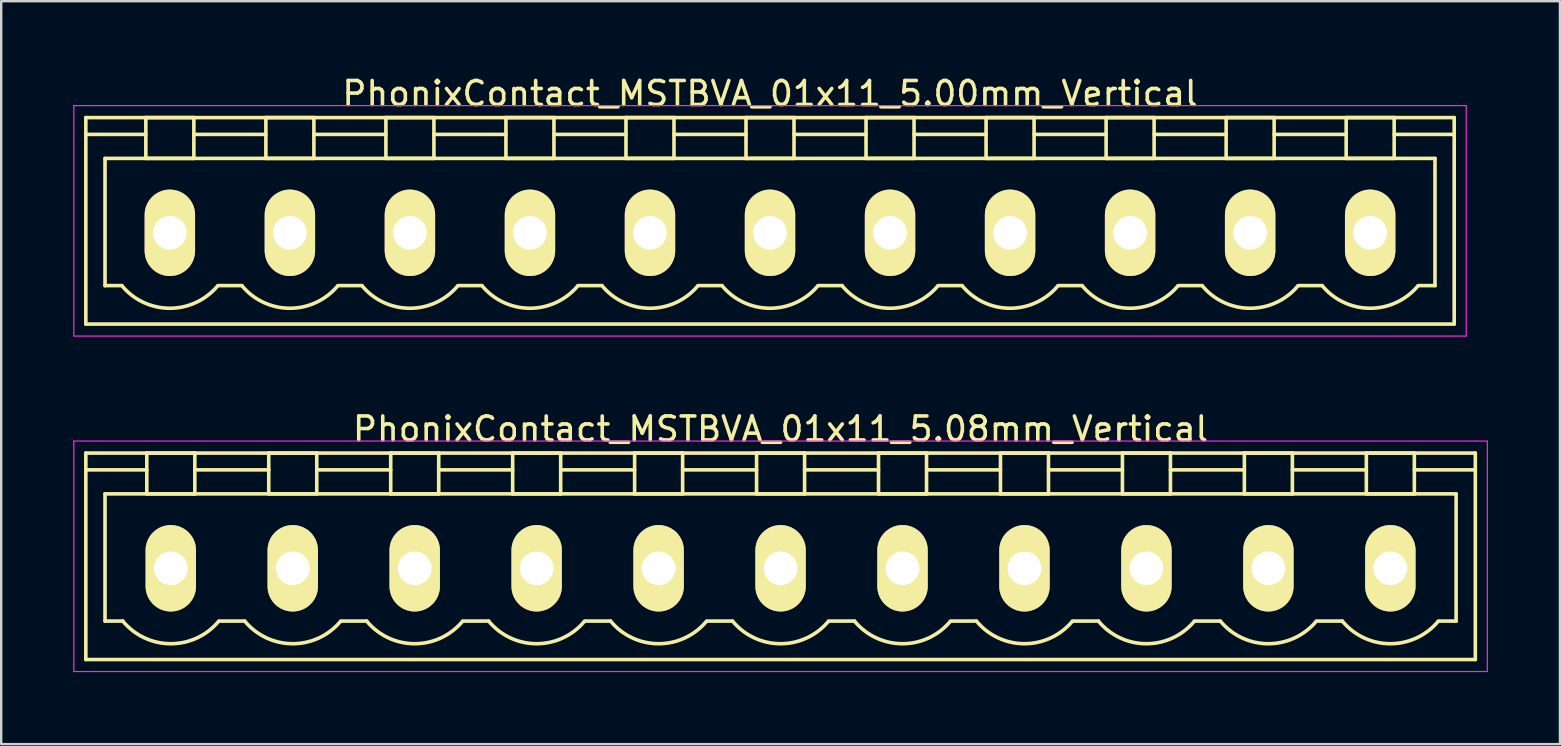
<source format=kicad_pcb>
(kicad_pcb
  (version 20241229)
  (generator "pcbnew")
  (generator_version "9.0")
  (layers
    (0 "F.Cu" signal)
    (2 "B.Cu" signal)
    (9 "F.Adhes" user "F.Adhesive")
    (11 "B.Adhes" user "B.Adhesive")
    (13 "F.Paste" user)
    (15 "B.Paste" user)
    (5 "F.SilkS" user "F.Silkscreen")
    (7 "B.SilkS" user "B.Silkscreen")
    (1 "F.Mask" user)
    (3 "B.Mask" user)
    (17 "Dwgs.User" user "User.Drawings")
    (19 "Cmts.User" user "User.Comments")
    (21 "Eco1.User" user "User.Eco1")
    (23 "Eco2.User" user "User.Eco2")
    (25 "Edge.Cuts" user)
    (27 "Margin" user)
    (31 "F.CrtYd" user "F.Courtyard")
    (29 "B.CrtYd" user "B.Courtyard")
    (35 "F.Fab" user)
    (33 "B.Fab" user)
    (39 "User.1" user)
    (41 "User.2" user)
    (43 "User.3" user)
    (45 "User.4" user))
  (footprint "PhonixContact_MSTBVA_01x11_5.08mm_Vertical"
    (layer "F.Cu")
    (at 4.065 20.622)
    (property "Reference" "PhonixContact_MSTBVA_01x11_5.08mm_Vertical" (at 25.4 -5.8 0) (layer "F.SilkS") (effects (font (size 1 1) (thickness 0.15))))
    (attr through_hole)
    (fp_line (start -3.54 -4.8) (end -3.54 3.8) (stroke (width 0.15) (type solid)) (layer "F.SilkS"))
    (fp_line (start -3.54 -4.1) (end -1 -4.1) (stroke (width 0.15) (type solid)) (layer "F.SilkS"))
    (fp_line (start -3.54 3.8) (end 54.34 3.8) (stroke (width 0.15) (type solid)) (layer "F.SilkS"))
    (fp_line (start -2.74 -3.1) (end 53.54 -3.1) (stroke (width 0.15) (type solid)) (layer "F.SilkS"))
    (fp_line (start -2.74 2.2) (end -2.74 -3.1) (stroke (width 0.15) (type solid)) (layer "F.SilkS"))
    (fp_line (start -2 2.2) (end -2.74 2.2) (stroke (width 0.15) (type solid)) (layer "F.SilkS"))
    (fp_line (start -1 -4.8) (end 1 -4.8) (stroke (width 0.15) (type solid)) (layer "F.SilkS"))
    (fp_line (start -1 -3.1) (end -1 -4.8) (stroke (width 0.15) (type solid)) (layer "F.SilkS"))
    (fp_line (start 1 -4.8) (end 1 -3.1) (stroke (width 0.15) (type solid)) (layer "F.SilkS"))
    (fp_line (start 1 -4.1) (end 4.08 -4.1) (stroke (width 0.15) (type solid)) (layer "F.SilkS"))
    (fp_line (start 1 -3.1) (end -1 -3.1) (stroke (width 0.15) (type solid)) (layer "F.SilkS"))
    (fp_line (start 2 2.2) (end 3.08 2.2) (stroke (width 0.15) (type solid)) (layer "F.SilkS"))
    (fp_line (start 4.08 -4.8) (end 6.08 -4.8) (stroke (width 0.15) (type solid)) (layer "F.SilkS"))
    (fp_line (start 4.08 -3.1) (end 4.08 -4.8) (stroke (width 0.15) (type solid)) (layer "F.SilkS"))
    (fp_line (start 6.08 -4.8) (end 6.08 -3.1) (stroke (width 0.15) (type solid)) (layer "F.SilkS"))
    (fp_line (start 6.08 -4.1) (end 9.16 -4.1) (stroke (width 0.15) (type solid)) (layer "F.SilkS"))
    (fp_line (start 6.08 -3.1) (end 4.08 -3.1) (stroke (width 0.15) (type solid)) (layer "F.SilkS"))
    (fp_line (start 7.08 2.2) (end 8.16 2.2) (stroke (width 0.15) (type solid)) (layer "F.SilkS"))
    (fp_line (start 9.16 -4.8) (end 11.16 -4.8) (stroke (width 0.15) (type solid)) (layer "F.SilkS"))
    (fp_line (start 9.16 -3.1) (end 9.16 -4.8) (stroke (width 0.15) (type solid)) (layer "F.SilkS"))
    (fp_line (start 11.16 -4.8) (end 11.16 -3.1) (stroke (width 0.15) (type solid)) (layer "F.SilkS"))
    (fp_line (start 11.16 -4.1) (end 14.24 -4.1) (stroke (width 0.15) (type solid)) (layer "F.SilkS"))
    (fp_line (start 11.16 -3.1) (end 9.16 -3.1) (stroke (width 0.15) (type solid)) (layer "F.SilkS"))
    (fp_line (start 12.16 2.2) (end 13.24 2.2) (stroke (width 0.15) (type solid)) (layer "F.SilkS"))
    (fp_line (start 14.24 -4.8) (end 16.24 -4.8) (stroke (width 0.15) (type solid)) (layer "F.SilkS"))
    (fp_line (start 14.24 -3.1) (end 14.24 -4.8) (stroke (width 0.15) (type solid)) (layer "F.SilkS"))
    (fp_line (start 16.24 -4.8) (end 16.24 -3.1) (stroke (width 0.15) (type solid)) (layer "F.SilkS"))
    (fp_line (start 16.24 -4.1) (end 19.32 -4.1) (stroke (width 0.15) (type solid)) (layer "F.SilkS"))
    (fp_line (start 16.24 -3.1) (end 14.24 -3.1) (stroke (width 0.15) (type solid)) (layer "F.SilkS"))
    (fp_line (start 17.24 2.2) (end 18.32 2.2) (stroke (width 0.15) (type solid)) (layer "F.SilkS"))
    (fp_line (start 19.32 -4.8) (end 21.32 -4.8) (stroke (width 0.15) (type solid)) (layer "F.SilkS"))
    (fp_line (start 19.32 -3.1) (end 19.32 -4.8) (stroke (width 0.15) (type solid)) (layer "F.SilkS"))
    (fp_line (start 21.32 -4.8) (end 21.32 -3.1) (stroke (width 0.15) (type solid)) (layer "F.SilkS"))
    (fp_line (start 21.32 -4.1) (end 24.4 -4.1) (stroke (width 0.15) (type solid)) (layer "F.SilkS"))
    (fp_line (start 21.32 -3.1) (end 19.32 -3.1) (stroke (width 0.15) (type solid)) (layer "F.SilkS"))
    (fp_line (start 22.32 2.2) (end 23.4 2.2) (stroke (width 0.15) (type solid)) (layer "F.SilkS"))
    (fp_line (start 24.4 -4.8) (end 26.4 -4.8) (stroke (width 0.15) (type solid)) (layer "F.SilkS"))
    (fp_line (start 24.4 -3.1) (end 24.4 -4.8) (stroke (width 0.15) (type solid)) (layer "F.SilkS"))
    (fp_line (start 26.4 -4.8) (end 26.4 -3.1) (stroke (width 0.15) (type solid)) (layer "F.SilkS"))
    (fp_line (start 26.4 -4.1) (end 29.48 -4.1) (stroke (width 0.15) (type solid)) (layer "F.SilkS"))
    (fp_line (start 26.4 -3.1) (end 24.4 -3.1) (stroke (width 0.15) (type solid)) (layer "F.SilkS"))
    (fp_line (start 27.4 2.2) (end 28.48 2.2) (stroke (width 0.15) (type solid)) (layer "F.SilkS"))
    (fp_line (start 29.48 -4.8) (end 31.48 -4.8) (stroke (width 0.15) (type solid)) (layer "F.SilkS"))
    (fp_line (start 29.48 -3.1) (end 29.48 -4.8) (stroke (width 0.15) (type solid)) (layer "F.SilkS"))
    (fp_line (start 31.48 -4.8) (end 31.48 -3.1) (stroke (width 0.15) (type solid)) (layer "F.SilkS"))
    (fp_line (start 31.48 -4.1) (end 34.56 -4.1) (stroke (width 0.15) (type solid)) (layer "F.SilkS"))
    (fp_line (start 31.48 -3.1) (end 29.48 -3.1) (stroke (width 0.15) (type solid)) (layer "F.SilkS"))
    (fp_line (start 32.48 2.2) (end 33.56 2.2) (stroke (width 0.15) (type solid)) (layer "F.SilkS"))
    (fp_line (start 34.56 -4.8) (end 36.56 -4.8) (stroke (width 0.15) (type solid)) (layer "F.SilkS"))
    (fp_line (start 34.56 -3.1) (end 34.56 -4.8) (stroke (width 0.15) (type solid)) (layer "F.SilkS"))
    (fp_line (start 36.56 -4.8) (end 36.56 -3.1) (stroke (width 0.15) (type solid)) (layer "F.SilkS"))
    (fp_line (start 36.56 -4.1) (end 39.64 -4.1) (stroke (width 0.15) (type solid)) (layer "F.SilkS"))
    (fp_line (start 36.56 -3.1) (end 34.56 -3.1) (stroke (width 0.15) (type solid)) (layer "F.SilkS"))
    (fp_line (start 37.56 2.2) (end 38.64 2.2) (stroke (width 0.15) (type solid)) (layer "F.SilkS"))
    (fp_line (start 39.64 -4.8) (end 41.64 -4.8) (stroke (width 0.15) (type solid)) (layer "F.SilkS"))
    (fp_line (start 39.64 -3.1) (end 39.64 -4.8) (stroke (width 0.15) (type solid)) (layer "F.SilkS"))
    (fp_line (start 41.64 -4.8) (end 41.64 -3.1) (stroke (width 0.15) (type solid)) (layer "F.SilkS"))
    (fp_line (start 41.64 -4.1) (end 44.72 -4.1) (stroke (width 0.15) (type solid)) (layer "F.SilkS"))
    (fp_line (start 41.64 -3.1) (end 39.64 -3.1) (stroke (width 0.15) (type solid)) (layer "F.SilkS"))
    (fp_line (start 42.64 2.2) (end 43.72 2.2) (stroke (width 0.15) (type solid)) (layer "F.SilkS"))
    (fp_line (start 44.72 -4.8) (end 46.72 -4.8) (stroke (width 0.15) (type solid)) (layer "F.SilkS"))
    (fp_line (start 44.72 -3.1) (end 44.72 -4.8) (stroke (width 0.15) (type solid)) (layer "F.SilkS"))
    (fp_line (start 46.72 -4.8) (end 46.72 -3.1) (stroke (width 0.15) (type solid)) (layer "F.SilkS"))
    (fp_line (start 46.72 -4.1) (end 49.8 -4.1) (stroke (width 0.15) (type solid)) (layer "F.SilkS"))
    (fp_line (start 46.72 -3.1) (end 44.72 -3.1) (stroke (width 0.15) (type solid)) (layer "F.SilkS"))
    (fp_line (start 47.72 2.2) (end 48.8 2.2) (stroke (width 0.15) (type solid)) (layer "F.SilkS"))
    (fp_line (start 49.8 -4.8) (end 51.8 -4.8) (stroke (width 0.15) (type solid)) (layer "F.SilkS"))
    (fp_line (start 49.8 -3.1) (end 49.8 -4.8) (stroke (width 0.15) (type solid)) (layer "F.SilkS"))
    (fp_line (start 51.8 -4.8) (end 51.8 -3.1) (stroke (width 0.15) (type solid)) (layer "F.SilkS"))
    (fp_line (start 51.8 -3.1) (end 49.8 -3.1) (stroke (width 0.15) (type solid)) (layer "F.SilkS"))
    (fp_line (start 53.54 -3.1) (end 53.54 2.2) (stroke (width 0.15) (type solid)) (layer "F.SilkS"))
    (fp_line (start 53.54 2.2) (end 52.8 2.2) (stroke (width 0.15) (type solid)) (layer "F.SilkS"))
    (fp_line (start 54.34 -4.8) (end -3.54 -4.8) (stroke (width 0.15) (type solid)) (layer "F.SilkS"))
    (fp_line (start 54.34 -4.1) (end 51.8 -4.1) (stroke (width 0.15) (type solid)) (layer "F.SilkS"))
    (fp_line (start 54.34 3.8) (end 54.34 -4.8) (stroke (width 0.15) (type solid)) (layer "F.SilkS"))
    (fp_arc (start 1.986842 2.215821) (mid -0.010289 3.142758) (end -2 2.2) (stroke (width 0.15) (type solid)) (layer "F.SilkS"))
    (fp_arc (start 7.066842 2.215821) (mid 5.069711 3.142758) (end 3.08 2.2) (stroke (width 0.15) (type solid)) (layer "F.SilkS"))
    (fp_arc (start 12.146842 2.215821) (mid 10.149711 3.142758) (end 8.16 2.2) (stroke (width 0.15) (type solid)) (layer "F.SilkS"))
    (fp_arc (start 17.226842 2.215821) (mid 15.229711 3.142758) (end 13.24 2.2) (stroke (width 0.15) (type solid)) (layer "F.SilkS"))
    (fp_arc (start 22.306842 2.215821) (mid 20.309711 3.142758) (end 18.32 2.2) (stroke (width 0.15) (type solid)) (layer "F.SilkS"))
    (fp_arc (start 27.386842 2.215821) (mid 25.389711 3.142758) (end 23.4 2.2) (stroke (width 0.15) (type solid)) (layer "F.SilkS"))
    (fp_arc (start 32.466842 2.215821) (mid 30.469711 3.142758) (end 28.48 2.2) (stroke (width 0.15) (type solid)) (layer "F.SilkS"))
    (fp_arc (start 37.546842 2.215821) (mid 35.549711 3.142758) (end 33.56 2.2) (stroke (width 0.15) (type solid)) (layer "F.SilkS"))
    (fp_arc (start 42.626842 2.215821) (mid 40.629711 3.142758) (end 38.64 2.2) (stroke (width 0.15) (type solid)) (layer "F.SilkS"))
    (fp_arc (start 47.706842 2.215821) (mid 45.709711 3.142758) (end 43.72 2.2) (stroke (width 0.15) (type solid)) (layer "F.SilkS"))
    (fp_arc (start 52.786842 2.215821) (mid 50.789711 3.142758) (end 48.8 2.2) (stroke (width 0.15) (type solid)) (layer "F.SilkS"))
    (fp_line (start -4.04 -5.3) (end -4.04 4.3) (stroke (width 0.05) (type solid)) (layer "F.CrtYd"))
    (fp_line (start -4.04 4.3) (end 54.84 4.3) (stroke (width 0.05) (type solid)) (layer "F.CrtYd"))
    (fp_line (start 54.84 -5.3) (end -4.04 -5.3) (stroke (width 0.05) (type solid)) (layer "F.CrtYd"))
    (fp_line (start 54.84 4.3) (end 54.84 -5.3) (stroke (width 0.05) (type solid)) (layer "F.CrtYd"))
    (pad "1" thru_hole oval (at 0 0) (size 2.1 3.6) (drill 1.4) (layers "*.Cu" "*.Mask" "F.SilkS"))
    (pad "2" thru_hole oval (at 5.08 0) (size 2.1 3.6) (drill 1.4) (layers "*.Cu" "*.Mask" "F.SilkS"))
    (pad "3" thru_hole oval (at 10.16 0) (size 2.1 3.6) (drill 1.4) (layers "*.Cu" "*.Mask" "F.SilkS"))
    (pad "4" thru_hole oval (at 15.24 0) (size 2.1 3.6) (drill 1.4) (layers "*.Cu" "*.Mask" "F.SilkS"))
    (pad "5" thru_hole oval (at 20.32 0) (size 2.1 3.6) (drill 1.4) (layers "*.Cu" "*.Mask" "F.SilkS"))
    (pad "6" thru_hole oval (at 25.4 0) (size 2.1 3.6) (drill 1.4) (layers "*.Cu" "*.Mask" "F.SilkS"))
    (pad "7" thru_hole oval (at 30.48 0) (size 2.1 3.6) (drill 1.4) (layers "*.Cu" "*.Mask" "F.SilkS"))
    (pad "8" thru_hole oval (at 35.56 0) (size 2.1 3.6) (drill 1.4) (layers "*.Cu" "*.Mask" "F.SilkS"))
    (pad "9" thru_hole oval (at 40.64 0) (size 2.1 3.6) (drill 1.4) (layers "*.Cu" "*.Mask" "F.SilkS"))
    (pad "10" thru_hole oval (at 45.72 0) (size 2.1 3.6) (drill 1.4) (layers "*.Cu" "*.Mask" "F.SilkS"))
    (pad "11" thru_hole oval (at 50.8 0) (size 2.1 3.6) (drill 1.4) (layers "*.Cu" "*.Mask" "F.SilkS")))
  (footprint "PhonixContact_MSTBVA_01x11_5.00mm_Vertical"
    (layer "F.Cu")
    (at 4.025 6.648)
    (property "Reference" "PhonixContact_MSTBVA_01x11_5.00mm_Vertical" (at 25 -5.8 0) (layer "F.SilkS") (effects (font (size 1 1) (thickness 0.15))))
    (attr through_hole)
    (fp_line (start -3.5 -4.8) (end -3.5 3.8) (stroke (width 0.15) (type solid)) (layer "F.SilkS"))
    (fp_line (start -3.5 -4.1) (end -1 -4.1) (stroke (width 0.15) (type solid)) (layer "F.SilkS"))
    (fp_line (start -3.5 3.8) (end 53.5 3.8) (stroke (width 0.15) (type solid)) (layer "F.SilkS"))
    (fp_line (start -2.7 -3.1) (end 52.7 -3.1) (stroke (width 0.15) (type solid)) (layer "F.SilkS"))
    (fp_line (start -2.7 2.2) (end -2.7 -3.1) (stroke (width 0.15) (type solid)) (layer "F.SilkS"))
    (fp_line (start -2 2.2) (end -2.7 2.2) (stroke (width 0.15) (type solid)) (layer "F.SilkS"))
    (fp_line (start -1 -4.8) (end 1 -4.8) (stroke (width 0.15) (type solid)) (layer "F.SilkS"))
    (fp_line (start -1 -3.1) (end -1 -4.8) (stroke (width 0.15) (type solid)) (layer "F.SilkS"))
    (fp_line (start 1 -4.8) (end 1 -3.1) (stroke (width 0.15) (type solid)) (layer "F.SilkS"))
    (fp_line (start 1 -4.1) (end 4 -4.1) (stroke (width 0.15) (type solid)) (layer "F.SilkS"))
    (fp_line (start 1 -3.1) (end -1 -3.1) (stroke (width 0.15) (type solid)) (layer "F.SilkS"))
    (fp_line (start 2 2.2) (end 3 2.2) (stroke (width 0.15) (type solid)) (layer "F.SilkS"))
    (fp_line (start 4 -4.8) (end 6 -4.8) (stroke (width 0.15) (type solid)) (layer "F.SilkS"))
    (fp_line (start 4 -3.1) (end 4 -4.8) (stroke (width 0.15) (type solid)) (layer "F.SilkS"))
    (fp_line (start 6 -4.8) (end 6 -3.1) (stroke (width 0.15) (type solid)) (layer "F.SilkS"))
    (fp_line (start 6 -4.1) (end 9 -4.1) (stroke (width 0.15) (type solid)) (layer "F.SilkS"))
    (fp_line (start 6 -3.1) (end 4 -3.1) (stroke (width 0.15) (type solid)) (layer "F.SilkS"))
    (fp_line (start 7 2.2) (end 8 2.2) (stroke (width 0.15) (type solid)) (layer "F.SilkS"))
    (fp_line (start 9 -4.8) (end 11 -4.8) (stroke (width 0.15) (type solid)) (layer "F.SilkS"))
    (fp_line (start 9 -3.1) (end 9 -4.8) (stroke (width 0.15) (type solid)) (layer "F.SilkS"))
    (fp_line (start 11 -4.8) (end 11 -3.1) (stroke (width 0.15) (type solid)) (layer "F.SilkS"))
    (fp_line (start 11 -4.1) (end 14 -4.1) (stroke (width 0.15) (type solid)) (layer "F.SilkS"))
    (fp_line (start 11 -3.1) (end 9 -3.1) (stroke (width 0.15) (type solid)) (layer "F.SilkS"))
    (fp_line (start 12 2.2) (end 13 2.2) (stroke (width 0.15) (type solid)) (layer "F.SilkS"))
    (fp_line (start 14 -4.8) (end 16 -4.8) (stroke (width 0.15) (type solid)) (layer "F.SilkS"))
    (fp_line (start 14 -3.1) (end 14 -4.8) (stroke (width 0.15) (type solid)) (layer "F.SilkS"))
    (fp_line (start 16 -4.8) (end 16 -3.1) (stroke (width 0.15) (type solid)) (layer "F.SilkS"))
    (fp_line (start 16 -4.1) (end 19 -4.1) (stroke (width 0.15) (type solid)) (layer "F.SilkS"))
    (fp_line (start 16 -3.1) (end 14 -3.1) (stroke (width 0.15) (type solid)) (layer "F.SilkS"))
    (fp_line (start 17 2.2) (end 18 2.2) (stroke (width 0.15) (type solid)) (layer "F.SilkS"))
    (fp_line (start 19 -4.8) (end 21 -4.8) (stroke (width 0.15) (type solid)) (layer "F.SilkS"))
    (fp_line (start 19 -3.1) (end 19 -4.8) (stroke (width 0.15) (type solid)) (layer "F.SilkS"))
    (fp_line (start 21 -4.8) (end 21 -3.1) (stroke (width 0.15) (type solid)) (layer "F.SilkS"))
    (fp_line (start 21 -4.1) (end 24 -4.1) (stroke (width 0.15) (type solid)) (layer "F.SilkS"))
    (fp_line (start 21 -3.1) (end 19 -3.1) (stroke (width 0.15) (type solid)) (layer "F.SilkS"))
    (fp_line (start 22 2.2) (end 23 2.2) (stroke (width 0.15) (type solid)) (layer "F.SilkS"))
    (fp_line (start 24 -4.8) (end 26 -4.8) (stroke (width 0.15) (type solid)) (layer "F.SilkS"))
    (fp_line (start 24 -3.1) (end 24 -4.8) (stroke (width 0.15) (type solid)) (layer "F.SilkS"))
    (fp_line (start 26 -4.8) (end 26 -3.1) (stroke (width 0.15) (type solid)) (layer "F.SilkS"))
    (fp_line (start 26 -4.1) (end 29 -4.1) (stroke (width 0.15) (type solid)) (layer "F.SilkS"))
    (fp_line (start 26 -3.1) (end 24 -3.1) (stroke (width 0.15) (type solid)) (layer "F.SilkS"))
    (fp_line (start 27 2.2) (end 28 2.2) (stroke (width 0.15) (type solid)) (layer "F.SilkS"))
    (fp_line (start 29 -4.8) (end 31 -4.8) (stroke (width 0.15) (type solid)) (layer "F.SilkS"))
    (fp_line (start 29 -3.1) (end 29 -4.8) (stroke (width 0.15) (type solid)) (layer "F.SilkS"))
    (fp_line (start 31 -4.8) (end 31 -3.1) (stroke (width 0.15) (type solid)) (layer "F.SilkS"))
    (fp_line (start 31 -4.1) (end 34 -4.1) (stroke (width 0.15) (type solid)) (layer "F.SilkS"))
    (fp_line (start 31 -3.1) (end 29 -3.1) (stroke (width 0.15) (type solid)) (layer "F.SilkS"))
    (fp_line (start 32 2.2) (end 33 2.2) (stroke (width 0.15) (type solid)) (layer "F.SilkS"))
    (fp_line (start 34 -4.8) (end 36 -4.8) (stroke (width 0.15) (type solid)) (layer "F.SilkS"))
    (fp_line (start 34 -3.1) (end 34 -4.8) (stroke (width 0.15) (type solid)) (layer "F.SilkS"))
    (fp_line (start 36 -4.8) (end 36 -3.1) (stroke (width 0.15) (type solid)) (layer "F.SilkS"))
    (fp_line (start 36 -4.1) (end 39 -4.1) (stroke (width 0.15) (type solid)) (layer "F.SilkS"))
    (fp_line (start 36 -3.1) (end 34 -3.1) (stroke (width 0.15) (type solid)) (layer "F.SilkS"))
    (fp_line (start 37 2.2) (end 38 2.2) (stroke (width 0.15) (type solid)) (layer "F.SilkS"))
    (fp_line (start 39 -4.8) (end 41 -4.8) (stroke (width 0.15) (type solid)) (layer "F.SilkS"))
    (fp_line (start 39 -3.1) (end 39 -4.8) (stroke (width 0.15) (type solid)) (layer "F.SilkS"))
    (fp_line (start 41 -4.8) (end 41 -3.1) (stroke (width 0.15) (type solid)) (layer "F.SilkS"))
    (fp_line (start 41 -4.1) (end 44 -4.1) (stroke (width 0.15) (type solid)) (layer "F.SilkS"))
    (fp_line (start 41 -3.1) (end 39 -3.1) (stroke (width 0.15) (type solid)) (layer "F.SilkS"))
    (fp_line (start 42 2.2) (end 43 2.2) (stroke (width 0.15) (type solid)) (layer "F.SilkS"))
    (fp_line (start 44 -4.8) (end 46 -4.8) (stroke (width 0.15) (type solid)) (layer "F.SilkS"))
    (fp_line (start 44 -3.1) (end 44 -4.8) (stroke (width 0.15) (type solid)) (layer "F.SilkS"))
    (fp_line (start 46 -4.8) (end 46 -3.1) (stroke (width 0.15) (type solid)) (layer "F.SilkS"))
    (fp_line (start 46 -4.1) (end 49 -4.1) (stroke (width 0.15) (type solid)) (layer "F.SilkS"))
    (fp_line (start 46 -3.1) (end 44 -3.1) (stroke (width 0.15) (type solid)) (layer "F.SilkS"))
    (fp_line (start 47 2.2) (end 48 2.2) (stroke (width 0.15) (type solid)) (layer "F.SilkS"))
    (fp_line (start 49 -4.8) (end 51 -4.8) (stroke (width 0.15) (type solid)) (layer "F.SilkS"))
    (fp_line (start 49 -3.1) (end 49 -4.8) (stroke (width 0.15) (type solid)) (layer "F.SilkS"))
    (fp_line (start 51 -4.8) (end 51 -3.1) (stroke (width 0.15) (type solid)) (layer "F.SilkS"))
    (fp_line (start 51 -3.1) (end 49 -3.1) (stroke (width 0.15) (type solid)) (layer "F.SilkS"))
    (fp_line (start 52.7 -3.1) (end 52.7 2.2) (stroke (width 0.15) (type solid)) (layer "F.SilkS"))
    (fp_line (start 52.7 2.2) (end 52 2.2) (stroke (width 0.15) (type solid)) (layer "F.SilkS"))
    (fp_line (start 53.5 -4.8) (end -3.5 -4.8) (stroke (width 0.15) (type solid)) (layer "F.SilkS"))
    (fp_line (start 53.5 -4.1) (end 51 -4.1) (stroke (width 0.15) (type solid)) (layer "F.SilkS"))
    (fp_line (start 53.5 3.8) (end 53.5 -4.8) (stroke (width 0.15) (type solid)) (layer "F.SilkS"))
    (fp_arc (start 1.986842 2.215821) (mid -0.010289 3.142758) (end -2 2.2) (stroke (width 0.15) (type solid)) (layer "F.SilkS"))
    (fp_arc (start 6.986842 2.215821) (mid 4.989711 3.142758) (end 3 2.2) (stroke (width 0.15) (type solid)) (layer "F.SilkS"))
    (fp_arc (start 11.986842 2.215821) (mid 9.989711 3.142758) (end 8 2.2) (stroke (width 0.15) (type solid)) (layer "F.SilkS"))
    (fp_arc (start 16.986842 2.215821) (mid 14.989711 3.142758) (end 13 2.2) (stroke (width 0.15) (type solid)) (layer "F.SilkS"))
    (fp_arc (start 21.986842 2.215821) (mid 19.989711 3.142758) (end 18 2.2) (stroke (width 0.15) (type solid)) (layer "F.SilkS"))
    (fp_arc (start 26.986842 2.215821) (mid 24.989711 3.142758) (end 23 2.2) (stroke (width 0.15) (type solid)) (layer "F.SilkS"))
    (fp_arc (start 31.986842 2.215821) (mid 29.989711 3.142758) (end 28 2.2) (stroke (width 0.15) (type solid)) (layer "F.SilkS"))
    (fp_arc (start 36.986842 2.215821) (mid 34.989711 3.142758) (end 33 2.2) (stroke (width 0.15) (type solid)) (layer "F.SilkS"))
    (fp_arc (start 41.986842 2.215821) (mid 39.989711 3.142758) (end 38 2.2) (stroke (width 0.15) (type solid)) (layer "F.SilkS"))
    (fp_arc (start 46.986842 2.215821) (mid 44.989711 3.142758) (end 43 2.2) (stroke (width 0.15) (type solid)) (layer "F.SilkS"))
    (fp_arc (start 51.986842 2.215821) (mid 49.989711 3.142758) (end 48 2.2) (stroke (width 0.15) (type solid)) (layer "F.SilkS"))
    (fp_line (start -4 -5.3) (end -4 4.3) (stroke (width 0.05) (type solid)) (layer "F.CrtYd"))
    (fp_line (start -4 4.3) (end 54 4.3) (stroke (width 0.05) (type solid)) (layer "F.CrtYd"))
    (fp_line (start 54 -5.3) (end -4 -5.3) (stroke (width 0.05) (type solid)) (layer "F.CrtYd"))
    (fp_line (start 54 4.3) (end 54 -5.3) (stroke (width 0.05) (type solid)) (layer "F.CrtYd"))
    (pad "1" thru_hole oval (at 0 0) (size 2.1 3.6) (drill 1.4) (layers "*.Cu" "*.Mask" "F.SilkS"))
    (pad "2" thru_hole oval (at 5 0) (size 2.1 3.6) (drill 1.4) (layers "*.Cu" "*.Mask" "F.SilkS"))
    (pad "3" thru_hole oval (at 10 0) (size 2.1 3.6) (drill 1.4) (layers "*.Cu" "*.Mask" "F.SilkS"))
    (pad "4" thru_hole oval (at 15 0) (size 2.1 3.6) (drill 1.4) (layers "*.Cu" "*.Mask" "F.SilkS"))
    (pad "5" thru_hole oval (at 20 0) (size 2.1 3.6) (drill 1.4) (layers "*.Cu" "*.Mask" "F.SilkS"))
    (pad "6" thru_hole oval (at 25 0) (size 2.1 3.6) (drill 1.4) (layers "*.Cu" "*.Mask" "F.SilkS"))
    (pad "7" thru_hole oval (at 30 0) (size 2.1 3.6) (drill 1.4) (layers "*.Cu" "*.Mask" "F.SilkS"))
    (pad "8" thru_hole oval (at 35 0) (size 2.1 3.6) (drill 1.4) (layers "*.Cu" "*.Mask" "F.SilkS"))
    (pad "9" thru_hole oval (at 40 0) (size 2.1 3.6) (drill 1.4) (layers "*.Cu" "*.Mask" "F.SilkS"))
    (pad "10" thru_hole oval (at 45 0) (size 2.1 3.6) (drill 1.4) (layers "*.Cu" "*.Mask" "F.SilkS"))
    (pad "11" thru_hole oval (at 50 0) (size 2.1 3.6) (drill 1.4) (layers "*.Cu" "*.Mask" "F.SilkS")))
  (gr_rect
    (start -3 -3)
    (end 61.93 27.947)
    (stroke (width 0.1) (type default))
    (fill no)
    (layer "Edge.Cuts")))
</source>
